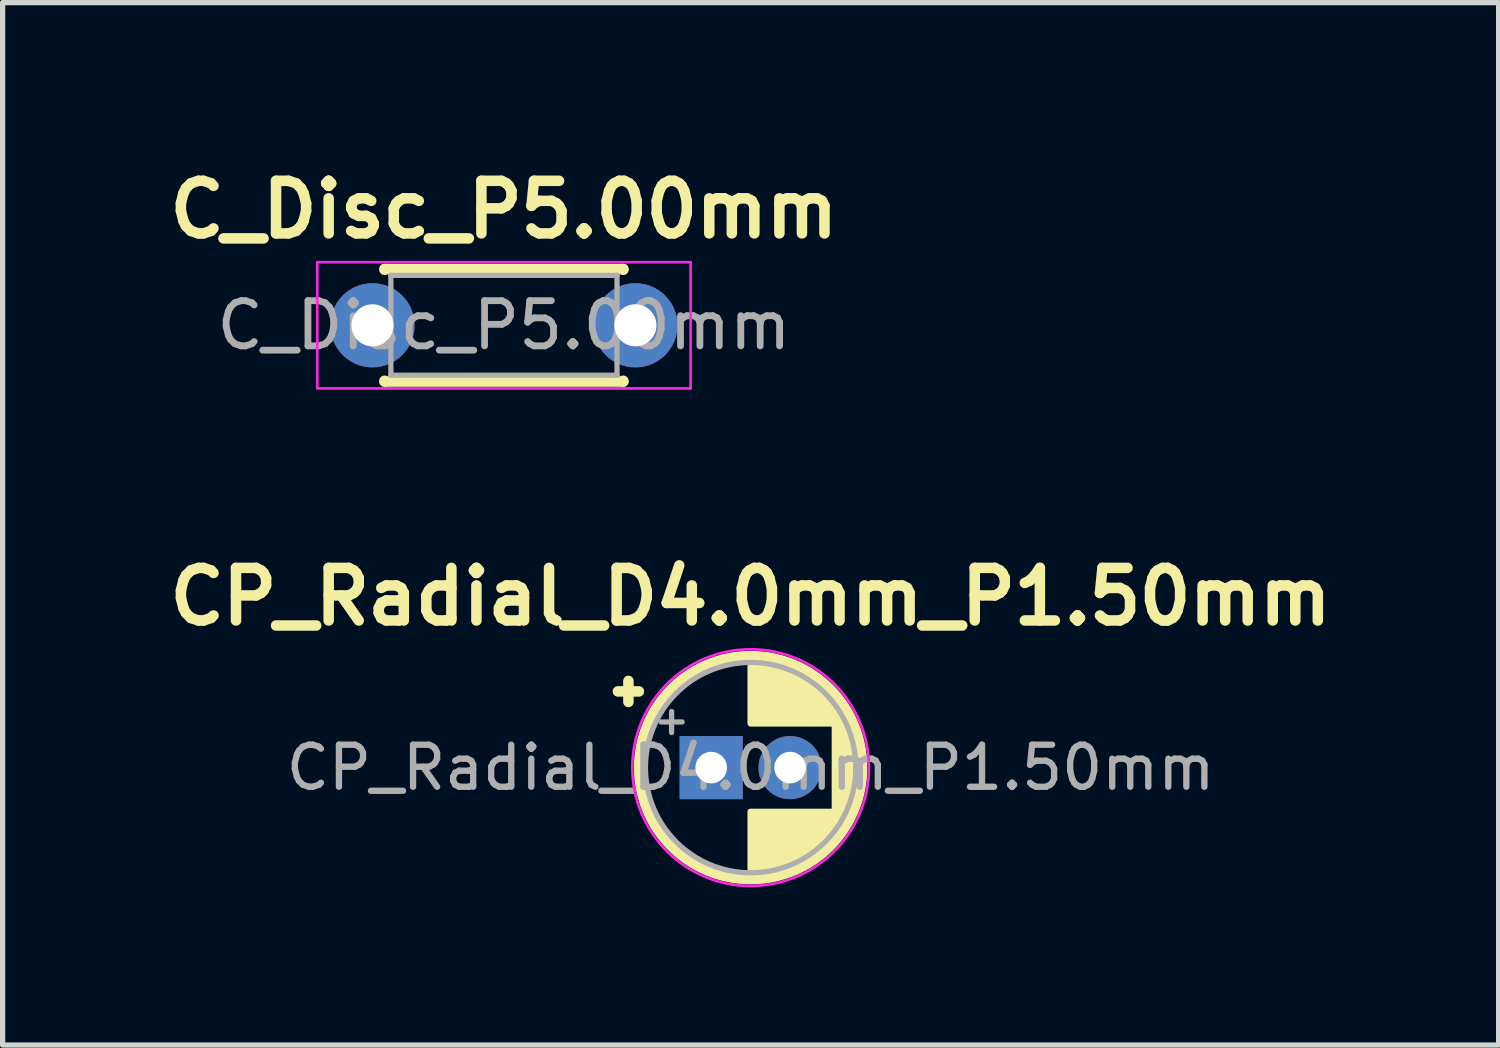
<source format=kicad_pcb>
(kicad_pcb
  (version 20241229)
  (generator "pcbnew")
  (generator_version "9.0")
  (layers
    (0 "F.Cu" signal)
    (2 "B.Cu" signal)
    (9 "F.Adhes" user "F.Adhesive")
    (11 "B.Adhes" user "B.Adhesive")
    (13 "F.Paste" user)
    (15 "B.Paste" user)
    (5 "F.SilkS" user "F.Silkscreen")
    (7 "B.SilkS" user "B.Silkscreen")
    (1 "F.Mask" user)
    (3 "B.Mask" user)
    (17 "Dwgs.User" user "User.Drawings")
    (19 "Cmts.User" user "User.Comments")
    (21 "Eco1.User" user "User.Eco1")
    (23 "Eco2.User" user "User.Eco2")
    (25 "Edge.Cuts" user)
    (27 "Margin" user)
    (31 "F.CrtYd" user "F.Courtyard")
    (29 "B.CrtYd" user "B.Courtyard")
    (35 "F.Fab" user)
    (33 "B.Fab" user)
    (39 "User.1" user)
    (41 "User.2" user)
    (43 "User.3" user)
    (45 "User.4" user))
  (footprint "C_Disc_P5.00mm"
    (layer "F.Cu")
    (at 4.033 3.136)
    (property "Reference" "C_Disc_P5.00mm" (at 2.5 -2.2 0) (layer "F.SilkS") (effects (font (size 1 1) (thickness 0.2))))
    (attr through_hole)
    (fp_line (start 0.23 -1.07) (end 0.23 -1.055) (stroke (width 0.2) (type solid)) (layer "F.SilkS"))
    (fp_line (start 0.23 -1.07) (end 4.77 -1.07) (stroke (width 0.2) (type solid)) (layer "F.SilkS"))
    (fp_line (start 0.23 1.055) (end 0.23 1.07) (stroke (width 0.2) (type solid)) (layer "F.SilkS"))
    (fp_line (start 0.23 1.07) (end 4.77 1.07) (stroke (width 0.2) (type solid)) (layer "F.SilkS"))
    (fp_line (start 4.77 -1.07) (end 4.77 -1.055) (stroke (width 0.2) (type solid)) (layer "F.SilkS"))
    (fp_line (start 4.77 1.055) (end 4.77 1.07) (stroke (width 0.2) (type solid)) (layer "F.SilkS"))
    (fp_line (start -1.05 -1.2) (end -1.05 1.2) (stroke (width 0.05) (type solid)) (layer "F.CrtYd"))
    (fp_line (start -1.05 1.2) (end 6.05 1.2) (stroke (width 0.05) (type solid)) (layer "F.CrtYd"))
    (fp_line (start 6.05 -1.2) (end -1.05 -1.2) (stroke (width 0.05) (type solid)) (layer "F.CrtYd"))
    (fp_line (start 6.05 1.2) (end 6.05 -1.2) (stroke (width 0.05) (type solid)) (layer "F.CrtYd"))
    (fp_line (start 0.35 -0.95) (end 0.35 0.95) (stroke (width 0.1) (type solid)) (layer "F.Fab"))
    (fp_line (start 0.35 0.95) (end 4.65 0.95) (stroke (width 0.1) (type solid)) (layer "F.Fab"))
    (fp_line (start 4.65 -0.95) (end 0.35 -0.95) (stroke (width 0.1) (type solid)) (layer "F.Fab"))
    (fp_line (start 4.65 0.95) (end 4.65 -0.95) (stroke (width 0.1) (type solid)) (layer "F.Fab"))
    (fp_text user "${REFERENCE}" (at 2.5 0 0) (layer "F.Fab") (effects (font (size 0.86 0.86) (thickness 0.129))))
    (pad "1" thru_hole circle (at 0 0) (size 1.6 1.6) (drill 0.8) (layers "*.Cu" "*.Mask"))
    (pad "2" thru_hole circle (at 5 0) (size 1.6 1.6) (drill 0.8) (layers "*.Cu" "*.Mask")))
  (footprint "CP_Radial_D4.0mm_P1.50mm"
    (layer "F.Cu")
    (at 10.474 11.547)
    (property "Reference" "CP_Radial_D4.0mm_P1.50mm" (at 0.75 -3.25 0) (layer "F.SilkS") (effects (font (size 1 1) (thickness 0.2))))
    (attr through_hole)
    (fp_line (start -1.774 -1.449) (end -1.374 -1.449) (stroke (width 0.2) (type solid)) (layer "F.SilkS"))
    (fp_line (start -1.574 -1.649) (end -1.574 -1.249) (stroke (width 0.2) (type solid)) (layer "F.SilkS"))
    (fp_line (start 0.75 -2.08) (end 0.75 -0.84) (stroke (width 0.12) (type solid)) (layer "F.SilkS"))
    (fp_line (start 0.75 0.84) (end 0.75 2.08) (stroke (width 0.12) (type solid)) (layer "F.SilkS"))
    (fp_line (start 0.79 -2.08) (end 0.79 -0.84) (stroke (width 0.12) (type solid)) (layer "F.SilkS"))
    (fp_line (start 0.79 0.84) (end 0.79 2.08) (stroke (width 0.12) (type solid)) (layer "F.SilkS"))
    (fp_line (start 0.83 -2.079) (end 0.83 -0.84) (stroke (width 0.12) (type solid)) (layer "F.SilkS"))
    (fp_line (start 0.83 0.84) (end 0.83 2.079) (stroke (width 0.12) (type solid)) (layer "F.SilkS"))
    (fp_line (start 0.87 -2.077) (end 0.87 -0.84) (stroke (width 0.12) (type solid)) (layer "F.SilkS"))
    (fp_line (start 0.87 0.84) (end 0.87 2.077) (stroke (width 0.12) (type solid)) (layer "F.SilkS"))
    (fp_line (start 0.91 -2.074) (end 0.91 -0.84) (stroke (width 0.12) (type solid)) (layer "F.SilkS"))
    (fp_line (start 0.91 0.84) (end 0.91 2.074) (stroke (width 0.12) (type solid)) (layer "F.SilkS"))
    (fp_line (start 0.95 -2.071) (end 0.95 -0.84) (stroke (width 0.12) (type solid)) (layer "F.SilkS"))
    (fp_line (start 0.95 0.84) (end 0.95 2.071) (stroke (width 0.12) (type solid)) (layer "F.SilkS"))
    (fp_line (start 0.99 -2.067) (end 0.99 -0.84) (stroke (width 0.12) (type solid)) (layer "F.SilkS"))
    (fp_line (start 0.99 0.84) (end 0.99 2.067) (stroke (width 0.12) (type solid)) (layer "F.SilkS"))
    (fp_line (start 1.03 -2.062) (end 1.03 -0.84) (stroke (width 0.12) (type solid)) (layer "F.SilkS"))
    (fp_line (start 1.03 0.84) (end 1.03 2.062) (stroke (width 0.12) (type solid)) (layer "F.SilkS"))
    (fp_line (start 1.07 -2.056) (end 1.07 -0.84) (stroke (width 0.12) (type solid)) (layer "F.SilkS"))
    (fp_line (start 1.07 0.84) (end 1.07 2.056) (stroke (width 0.12) (type solid)) (layer "F.SilkS"))
    (fp_line (start 1.11 -2.05) (end 1.11 -0.84) (stroke (width 0.12) (type solid)) (layer "F.SilkS"))
    (fp_line (start 1.11 0.84) (end 1.11 2.05) (stroke (width 0.12) (type solid)) (layer "F.SilkS"))
    (fp_line (start 1.15 -2.042) (end 1.15 -0.84) (stroke (width 0.12) (type solid)) (layer "F.SilkS"))
    (fp_line (start 1.15 0.84) (end 1.15 2.042) (stroke (width 0.12) (type solid)) (layer "F.SilkS"))
    (fp_line (start 1.19 -2.034) (end 1.19 -0.84) (stroke (width 0.12) (type solid)) (layer "F.SilkS"))
    (fp_line (start 1.19 0.84) (end 1.19 2.034) (stroke (width 0.12) (type solid)) (layer "F.SilkS"))
    (fp_line (start 1.23 -2.025) (end 1.23 -0.84) (stroke (width 0.12) (type solid)) (layer "F.SilkS"))
    (fp_line (start 1.23 0.84) (end 1.23 2.025) (stroke (width 0.12) (type solid)) (layer "F.SilkS"))
    (fp_line (start 1.27 -2.016) (end 1.27 -0.84) (stroke (width 0.12) (type solid)) (layer "F.SilkS"))
    (fp_line (start 1.27 0.84) (end 1.27 2.016) (stroke (width 0.12) (type solid)) (layer "F.SilkS"))
    (fp_line (start 1.31 -2.005) (end 1.31 -0.84) (stroke (width 0.12) (type solid)) (layer "F.SilkS"))
    (fp_line (start 1.31 0.84) (end 1.31 2.005) (stroke (width 0.12) (type solid)) (layer "F.SilkS"))
    (fp_line (start 1.35 -1.994) (end 1.35 -0.84) (stroke (width 0.12) (type solid)) (layer "F.SilkS"))
    (fp_line (start 1.35 0.84) (end 1.35 1.994) (stroke (width 0.12) (type solid)) (layer "F.SilkS"))
    (fp_line (start 1.39 -1.982) (end 1.39 -0.84) (stroke (width 0.12) (type solid)) (layer "F.SilkS"))
    (fp_line (start 1.39 0.84) (end 1.39 1.982) (stroke (width 0.12) (type solid)) (layer "F.SilkS"))
    (fp_line (start 1.43 -1.968) (end 1.43 -0.84) (stroke (width 0.12) (type solid)) (layer "F.SilkS"))
    (fp_line (start 1.43 0.84) (end 1.43 1.968) (stroke (width 0.12) (type solid)) (layer "F.SilkS"))
    (fp_line (start 1.471 -1.954) (end 1.471 -0.84) (stroke (width 0.12) (type solid)) (layer "F.SilkS"))
    (fp_line (start 1.471 0.84) (end 1.471 1.954) (stroke (width 0.12) (type solid)) (layer "F.SilkS"))
    (fp_line (start 1.511 -1.94) (end 1.511 -0.84) (stroke (width 0.12) (type solid)) (layer "F.SilkS"))
    (fp_line (start 1.511 0.84) (end 1.511 1.94) (stroke (width 0.12) (type solid)) (layer "F.SilkS"))
    (fp_line (start 1.551 -1.924) (end 1.551 -0.84) (stroke (width 0.12) (type solid)) (layer "F.SilkS"))
    (fp_line (start 1.551 0.84) (end 1.551 1.924) (stroke (width 0.12) (type solid)) (layer "F.SilkS"))
    (fp_line (start 1.591 -1.907) (end 1.591 -0.84) (stroke (width 0.12) (type solid)) (layer "F.SilkS"))
    (fp_line (start 1.591 0.84) (end 1.591 1.907) (stroke (width 0.12) (type solid)) (layer "F.SilkS"))
    (fp_line (start 1.631 -1.889) (end 1.631 -0.84) (stroke (width 0.12) (type solid)) (layer "F.SilkS"))
    (fp_line (start 1.631 0.84) (end 1.631 1.889) (stroke (width 0.12) (type solid)) (layer "F.SilkS"))
    (fp_line (start 1.671 -1.87) (end 1.671 -0.84) (stroke (width 0.12) (type solid)) (layer "F.SilkS"))
    (fp_line (start 1.671 0.84) (end 1.671 1.87) (stroke (width 0.12) (type solid)) (layer "F.SilkS"))
    (fp_line (start 1.711 -1.851) (end 1.711 -0.84) (stroke (width 0.12) (type solid)) (layer "F.SilkS"))
    (fp_line (start 1.711 0.84) (end 1.711 1.851) (stroke (width 0.12) (type solid)) (layer "F.SilkS"))
    (fp_line (start 1.751 -1.83) (end 1.751 -0.84) (stroke (width 0.12) (type solid)) (layer "F.SilkS"))
    (fp_line (start 1.751 0.84) (end 1.751 1.83) (stroke (width 0.12) (type solid)) (layer "F.SilkS"))
    (fp_line (start 1.791 -1.808) (end 1.791 -0.84) (stroke (width 0.12) (type solid)) (layer "F.SilkS"))
    (fp_line (start 1.791 0.84) (end 1.791 1.808) (stroke (width 0.12) (type solid)) (layer "F.SilkS"))
    (fp_line (start 1.831 -1.785) (end 1.831 -0.84) (stroke (width 0.12) (type solid)) (layer "F.SilkS"))
    (fp_line (start 1.831 0.84) (end 1.831 1.785) (stroke (width 0.12) (type solid)) (layer "F.SilkS"))
    (fp_line (start 1.871 -1.76) (end 1.871 -0.84) (stroke (width 0.12) (type solid)) (layer "F.SilkS"))
    (fp_line (start 1.871 0.84) (end 1.871 1.76) (stroke (width 0.12) (type solid)) (layer "F.SilkS"))
    (fp_line (start 1.911 -1.735) (end 1.911 -0.84) (stroke (width 0.12) (type solid)) (layer "F.SilkS"))
    (fp_line (start 1.911 0.84) (end 1.911 1.735) (stroke (width 0.12) (type solid)) (layer "F.SilkS"))
    (fp_line (start 1.951 -1.708) (end 1.951 -0.84) (stroke (width 0.12) (type solid)) (layer "F.SilkS"))
    (fp_line (start 1.951 0.84) (end 1.951 1.708) (stroke (width 0.12) (type solid)) (layer "F.SilkS"))
    (fp_line (start 1.991 -1.68) (end 1.991 -0.84) (stroke (width 0.12) (type solid)) (layer "F.SilkS"))
    (fp_line (start 1.991 0.84) (end 1.991 1.68) (stroke (width 0.12) (type solid)) (layer "F.SilkS"))
    (fp_line (start 2.031 -1.65) (end 2.031 -0.84) (stroke (width 0.12) (type solid)) (layer "F.SilkS"))
    (fp_line (start 2.031 0.84) (end 2.031 1.65) (stroke (width 0.12) (type solid)) (layer "F.SilkS"))
    (fp_line (start 2.071 -1.619) (end 2.071 -0.84) (stroke (width 0.12) (type solid)) (layer "F.SilkS"))
    (fp_line (start 2.071 0.84) (end 2.071 1.619) (stroke (width 0.12) (type solid)) (layer "F.SilkS"))
    (fp_line (start 2.111 -1.587) (end 2.111 -0.84) (stroke (width 0.12) (type solid)) (layer "F.SilkS"))
    (fp_line (start 2.111 0.84) (end 2.111 1.587) (stroke (width 0.12) (type solid)) (layer "F.SilkS"))
    (fp_line (start 2.151 -1.552) (end 2.151 -0.84) (stroke (width 0.12) (type solid)) (layer "F.SilkS"))
    (fp_line (start 2.151 0.84) (end 2.151 1.552) (stroke (width 0.12) (type solid)) (layer "F.SilkS"))
    (fp_line (start 2.191 -1.516) (end 2.191 -0.84) (stroke (width 0.12) (type solid)) (layer "F.SilkS"))
    (fp_line (start 2.191 0.84) (end 2.191 1.516) (stroke (width 0.12) (type solid)) (layer "F.SilkS"))
    (fp_line (start 2.231 -1.478) (end 2.231 -0.84) (stroke (width 0.12) (type solid)) (layer "F.SilkS"))
    (fp_line (start 2.231 0.84) (end 2.231 1.478) (stroke (width 0.12) (type solid)) (layer "F.SilkS"))
    (fp_line (start 2.271 -1.438) (end 2.271 -0.84) (stroke (width 0.12) (type solid)) (layer "F.SilkS"))
    (fp_line (start 2.271 0.84) (end 2.271 1.438) (stroke (width 0.12) (type solid)) (layer "F.SilkS"))
    (fp_line (start 2.311 -1.396) (end 2.311 -0.84) (stroke (width 0.12) (type solid)) (layer "F.SilkS"))
    (fp_line (start 2.311 0.84) (end 2.311 1.396) (stroke (width 0.12) (type solid)) (layer "F.SilkS"))
    (fp_line (start 2.351 -1.351) (end 2.351 1.351) (stroke (width 0.12) (type solid)) (layer "F.SilkS"))
    (fp_line (start 2.391 -1.304) (end 2.391 1.304) (stroke (width 0.12) (type solid)) (layer "F.SilkS"))
    (fp_line (start 2.431 -1.254) (end 2.431 1.254) (stroke (width 0.12) (type solid)) (layer "F.SilkS"))
    (fp_line (start 2.471 -1.2) (end 2.471 1.2) (stroke (width 0.12) (type solid)) (layer "F.SilkS"))
    (fp_line (start 2.511 -1.142) (end 2.511 1.142) (stroke (width 0.12) (type solid)) (layer "F.SilkS"))
    (fp_line (start 2.551 -1.08) (end 2.551 1.08) (stroke (width 0.12) (type solid)) (layer "F.SilkS"))
    (fp_line (start 2.591 -1.013) (end 2.591 1.013) (stroke (width 0.12) (type solid)) (layer "F.SilkS"))
    (fp_line (start 2.631 -0.94) (end 2.631 0.94) (stroke (width 0.12) (type solid)) (layer "F.SilkS"))
    (fp_line (start 2.671 -0.859) (end 2.671 0.859) (stroke (width 0.12) (type solid)) (layer "F.SilkS"))
    (fp_line (start 2.711 -0.768) (end 2.711 0.768) (stroke (width 0.12) (type solid)) (layer "F.SilkS"))
    (fp_line (start 2.751 -0.664) (end 2.751 0.664) (stroke (width 0.12) (type solid)) (layer "F.SilkS"))
    (fp_line (start 2.791 -0.537) (end 2.791 0.537) (stroke (width 0.12) (type solid)) (layer "F.SilkS"))
    (fp_line (start 2.831 -0.37) (end 2.831 0.37) (stroke (width 0.12) (type solid)) (layer "F.SilkS"))
    (fp_circle (center 0.75 0) (end 2.87 0) (stroke (width 0.2) (type solid)) (fill no) (layer "F.SilkS"))
    (fp_circle (center 0.75 0) (end 3 0) (stroke (width 0.05) (type solid)) (fill no) (layer "F.CrtYd"))
    (fp_line (start -0.953 -0.868) (end -0.553 -0.868) (stroke (width 0.1) (type solid)) (layer "F.Fab"))
    (fp_line (start -0.753 -1.067) (end -0.753 -0.667) (stroke (width 0.1) (type solid)) (layer "F.Fab"))
    (fp_circle (center 0.75 0) (end 2.75 0) (stroke (width 0.1) (type solid)) (fill no) (layer "F.Fab"))
    (fp_text user "${REFERENCE}" (at 0.75 0 0) (layer "F.Fab") (effects (font (size 0.8 0.8) (thickness 0.12))))
    (pad "1" thru_hole rect (at 0 0) (size 1.2 1.2) (drill 0.6) (layers "*.Cu" "*.Mask"))
    (pad "2" thru_hole circle (at 1.5 0) (size 1.2 1.2) (drill 0.6) (layers "*.Cu" "*.Mask")))
  (gr_rect
    (start -3 -3)
    (end 25.448 16.822)
    (stroke (width 0.1) (type default))
    (fill no)
    (layer "Edge.Cuts")))
</source>
